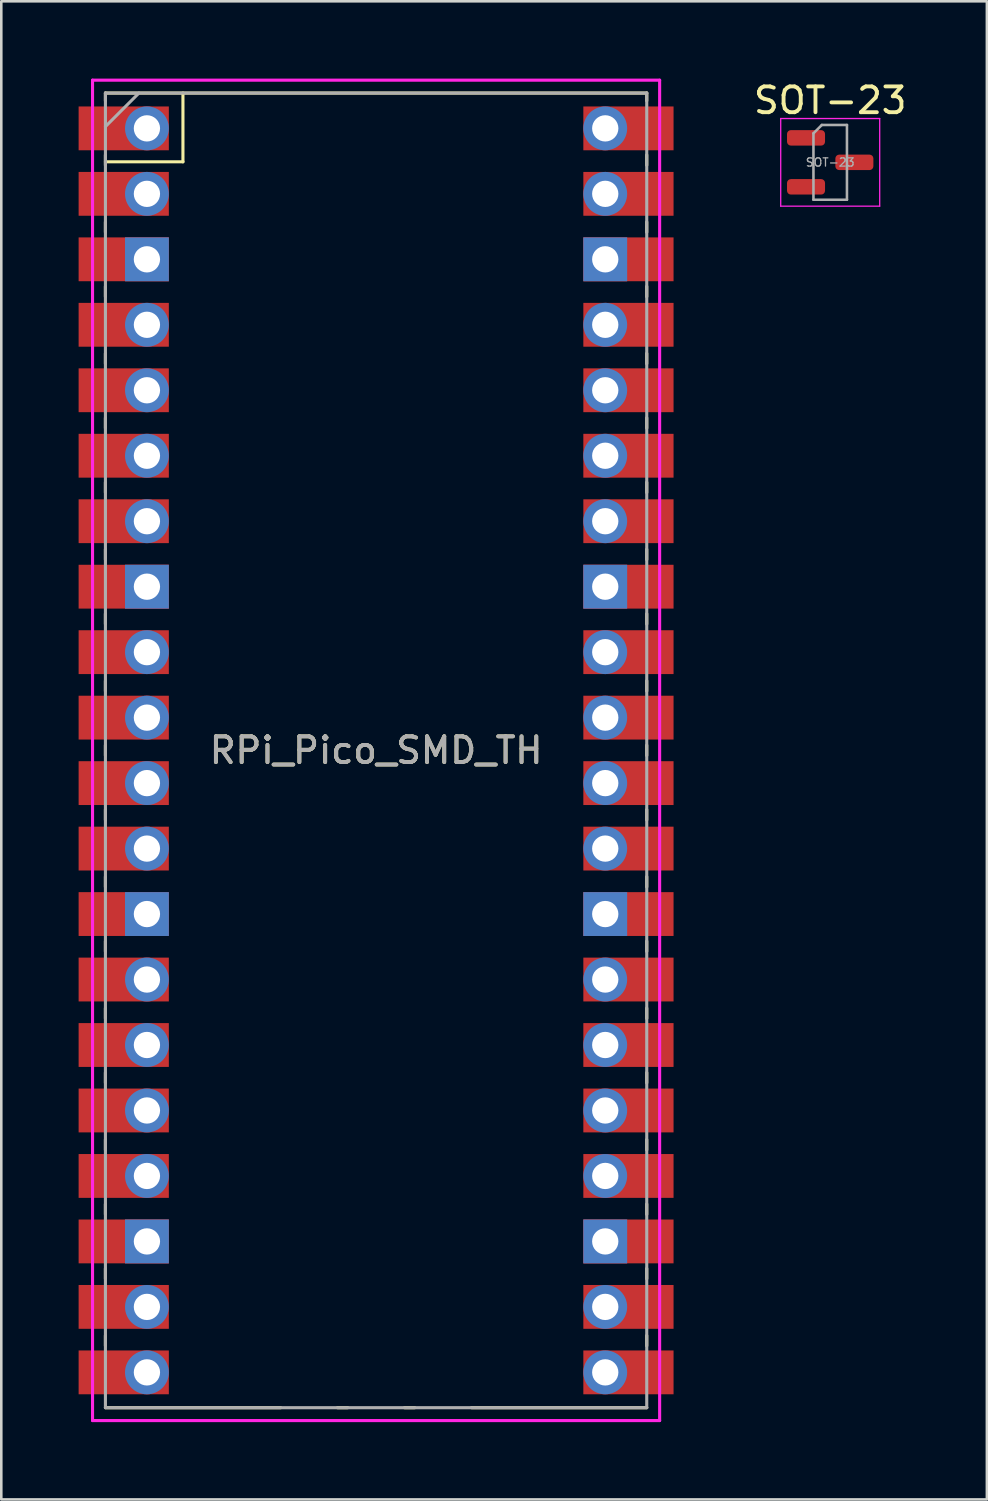
<source format=kicad_pcb>
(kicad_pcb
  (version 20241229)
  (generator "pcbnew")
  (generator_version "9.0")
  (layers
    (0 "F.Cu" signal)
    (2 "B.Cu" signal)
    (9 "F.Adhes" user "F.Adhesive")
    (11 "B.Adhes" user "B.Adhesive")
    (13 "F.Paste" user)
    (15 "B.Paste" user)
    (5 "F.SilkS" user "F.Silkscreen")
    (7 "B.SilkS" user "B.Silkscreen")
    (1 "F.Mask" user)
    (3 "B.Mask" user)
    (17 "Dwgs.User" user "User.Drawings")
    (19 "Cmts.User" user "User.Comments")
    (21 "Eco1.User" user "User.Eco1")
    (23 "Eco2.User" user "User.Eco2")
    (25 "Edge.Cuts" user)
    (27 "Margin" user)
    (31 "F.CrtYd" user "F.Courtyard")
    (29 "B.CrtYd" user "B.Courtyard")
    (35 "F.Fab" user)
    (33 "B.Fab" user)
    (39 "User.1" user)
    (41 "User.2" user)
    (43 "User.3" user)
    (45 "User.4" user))
  (footprint "SOT-23"
    (layer "F.Cu")
    (at 29.157 3.248)
    (property "Reference" "SOT-23" (at 0 -2.4 0) (layer "F.SilkS") (effects (font (size 1 1) (thickness 0.15))))
    (attr smd)
    (fp_line (start -1.92 -1.7) (end -1.92 1.7) (stroke (width 0.05) (type solid)) (layer "F.CrtYd"))
    (fp_line (start -1.92 1.7) (end 1.92 1.7) (stroke (width 0.05) (type solid)) (layer "F.CrtYd"))
    (fp_line (start 1.92 -1.7) (end -1.92 -1.7) (stroke (width 0.05) (type solid)) (layer "F.CrtYd"))
    (fp_line (start 1.92 1.7) (end 1.92 -1.7) (stroke (width 0.05) (type solid)) (layer "F.CrtYd"))
    (fp_line (start -0.65 -1.125) (end -0.325 -1.45) (stroke (width 0.1) (type solid)) (layer "F.Fab"))
    (fp_line (start -0.65 1.45) (end -0.65 -1.125) (stroke (width 0.1) (type solid)) (layer "F.Fab"))
    (fp_line (start -0.325 -1.45) (end 0.65 -1.45) (stroke (width 0.1) (type solid)) (layer "F.Fab"))
    (fp_line (start 0.65 -1.45) (end 0.65 1.45) (stroke (width 0.1) (type solid)) (layer "F.Fab"))
    (fp_line (start 0.65 1.45) (end -0.65 1.45) (stroke (width 0.1) (type solid)) (layer "F.Fab"))
    (fp_text user "${REFERENCE}" (at 0 0 0) (layer "F.Fab") (effects (font (size 0.32 0.32) (thickness 0.05))))
    (pad "1" smd roundrect (at -0.938 -0.95) (size 1.475 0.6) (layers "F.Cu" "F.Mask" "F.Paste") (roundrect_rratio 0.25))
    (pad "2" smd roundrect (at -0.938 0.95) (size 1.475 0.6) (layers "F.Cu" "F.Mask" "F.Paste") (roundrect_rratio 0.25))
    (pad "3" smd roundrect (at 0.938 0) (size 1.475 0.6) (layers "F.Cu" "F.Mask" "F.Paste") (roundrect_rratio 0.25)))
  (footprint "RPi_Pico_SMD_TH"
    (layer "F.Cu")
    (at 11.54 26.06)
    (property "Reference" "RPi_Pico_SMD_TH" (at 0 0 0) (layer "F.SilkS") (effects (font (size 1 1) (thickness 0.15))))
    (attr through_hole)
    (fp_line (start -10.5 -25.5) (end -10.5 -25.2) (stroke (width 0.12) (type solid)) (layer "F.SilkS"))
    (fp_line (start -10.5 -25.5) (end 10.5 -25.5) (stroke (width 0.12) (type solid)) (layer "F.SilkS"))
    (fp_line (start -10.5 -23.1) (end -10.5 -22.7) (stroke (width 0.12) (type solid)) (layer "F.SilkS"))
    (fp_line (start -10.5 -22.833) (end -7.493 -22.833) (stroke (width 0.12) (type solid)) (layer "F.SilkS"))
    (fp_line (start -10.5 -20.5) (end -10.5 -20.1) (stroke (width 0.12) (type solid)) (layer "F.SilkS"))
    (fp_line (start -10.5 -18) (end -10.5 -17.6) (stroke (width 0.12) (type solid)) (layer "F.SilkS"))
    (fp_line (start -10.5 -15.4) (end -10.5 -15) (stroke (width 0.12) (type solid)) (layer "F.SilkS"))
    (fp_line (start -10.5 -12.9) (end -10.5 -12.5) (stroke (width 0.12) (type solid)) (layer "F.SilkS"))
    (fp_line (start -10.5 -10.4) (end -10.5 -10) (stroke (width 0.12) (type solid)) (layer "F.SilkS"))
    (fp_line (start -10.5 -7.8) (end -10.5 -7.4) (stroke (width 0.12) (type solid)) (layer "F.SilkS"))
    (fp_line (start -10.5 -5.3) (end -10.5 -4.9) (stroke (width 0.12) (type solid)) (layer "F.SilkS"))
    (fp_line (start -10.5 -2.7) (end -10.5 -2.3) (stroke (width 0.12) (type solid)) (layer "F.SilkS"))
    (fp_line (start -10.5 -0.2) (end -10.5 0.2) (stroke (width 0.12) (type solid)) (layer "F.SilkS"))
    (fp_line (start -10.5 2.3) (end -10.5 2.7) (stroke (width 0.12) (type solid)) (layer "F.SilkS"))
    (fp_line (start -10.5 4.9) (end -10.5 5.3) (stroke (width 0.12) (type solid)) (layer "F.SilkS"))
    (fp_line (start -10.5 7.4) (end -10.5 7.8) (stroke (width 0.12) (type solid)) (layer "F.SilkS"))
    (fp_line (start -10.5 10) (end -10.5 10.4) (stroke (width 0.12) (type solid)) (layer "F.SilkS"))
    (fp_line (start -10.5 12.5) (end -10.5 12.9) (stroke (width 0.12) (type solid)) (layer "F.SilkS"))
    (fp_line (start -10.5 15.1) (end -10.5 15.5) (stroke (width 0.12) (type solid)) (layer "F.SilkS"))
    (fp_line (start -10.5 17.6) (end -10.5 18) (stroke (width 0.12) (type solid)) (layer "F.SilkS"))
    (fp_line (start -10.5 20.1) (end -10.5 20.5) (stroke (width 0.12) (type solid)) (layer "F.SilkS"))
    (fp_line (start -10.5 22.7) (end -10.5 23.1) (stroke (width 0.12) (type solid)) (layer "F.SilkS"))
    (fp_line (start -7.493 -22.833) (end -7.493 -25.5) (stroke (width 0.12) (type solid)) (layer "F.SilkS"))
    (fp_line (start -3.7 25.5) (end -10.5 25.5) (stroke (width 0.12) (type solid)) (layer "F.SilkS"))
    (fp_line (start -1.5 25.5) (end -1.1 25.5) (stroke (width 0.12) (type solid)) (layer "F.SilkS"))
    (fp_line (start 1.1 25.5) (end 1.5 25.5) (stroke (width 0.12) (type solid)) (layer "F.SilkS"))
    (fp_line (start 10.5 -25.5) (end 10.5 -25.2) (stroke (width 0.12) (type solid)) (layer "F.SilkS"))
    (fp_line (start 10.5 -23.1) (end 10.5 -22.7) (stroke (width 0.12) (type solid)) (layer "F.SilkS"))
    (fp_line (start 10.5 -20.5) (end 10.5 -20.1) (stroke (width 0.12) (type solid)) (layer "F.SilkS"))
    (fp_line (start 10.5 -18) (end 10.5 -17.6) (stroke (width 0.12) (type solid)) (layer "F.SilkS"))
    (fp_line (start 10.5 -15.4) (end 10.5 -15) (stroke (width 0.12) (type solid)) (layer "F.SilkS"))
    (fp_line (start 10.5 -12.9) (end 10.5 -12.5) (stroke (width 0.12) (type solid)) (layer "F.SilkS"))
    (fp_line (start 10.5 -10.4) (end 10.5 -10) (stroke (width 0.12) (type solid)) (layer "F.SilkS"))
    (fp_line (start 10.5 -7.8) (end 10.5 -7.4) (stroke (width 0.12) (type solid)) (layer "F.SilkS"))
    (fp_line (start 10.5 -5.3) (end 10.5 -4.9) (stroke (width 0.12) (type solid)) (layer "F.SilkS"))
    (fp_line (start 10.5 -2.7) (end 10.5 -2.3) (stroke (width 0.12) (type solid)) (layer "F.SilkS"))
    (fp_line (start 10.5 -0.2) (end 10.5 0.2) (stroke (width 0.12) (type solid)) (layer "F.SilkS"))
    (fp_line (start 10.5 2.3) (end 10.5 2.7) (stroke (width 0.12) (type solid)) (layer "F.SilkS"))
    (fp_line (start 10.5 4.9) (end 10.5 5.3) (stroke (width 0.12) (type solid)) (layer "F.SilkS"))
    (fp_line (start 10.5 7.4) (end 10.5 7.8) (stroke (width 0.12) (type solid)) (layer "F.SilkS"))
    (fp_line (start 10.5 10) (end 10.5 10.4) (stroke (width 0.12) (type solid)) (layer "F.SilkS"))
    (fp_line (start 10.5 12.5) (end 10.5 12.9) (stroke (width 0.12) (type solid)) (layer "F.SilkS"))
    (fp_line (start 10.5 15.1) (end 10.5 15.5) (stroke (width 0.12) (type solid)) (layer "F.SilkS"))
    (fp_line (start 10.5 17.6) (end 10.5 18) (stroke (width 0.12) (type solid)) (layer "F.SilkS"))
    (fp_line (start 10.5 20.1) (end 10.5 20.5) (stroke (width 0.12) (type solid)) (layer "F.SilkS"))
    (fp_line (start 10.5 22.7) (end 10.5 23.1) (stroke (width 0.12) (type solid)) (layer "F.SilkS"))
    (fp_line (start 10.5 25.5) (end 3.7 25.5) (stroke (width 0.12) (type solid)) (layer "F.SilkS"))
    (fp_line (start -11 -26) (end 11 -26) (stroke (width 0.12) (type solid)) (layer "F.CrtYd"))
    (fp_line (start -11 26) (end -11 -26) (stroke (width 0.12) (type solid)) (layer "F.CrtYd"))
    (fp_line (start 11 -26) (end 11 26) (stroke (width 0.12) (type solid)) (layer "F.CrtYd"))
    (fp_line (start 11 26) (end -11 26) (stroke (width 0.12) (type solid)) (layer "F.CrtYd"))
    (fp_line (start -10.5 -25.5) (end 10.5 -25.5) (stroke (width 0.12) (type solid)) (layer "F.Fab"))
    (fp_line (start -10.5 -24.2) (end -9.2 -25.5) (stroke (width 0.12) (type solid)) (layer "F.Fab"))
    (fp_line (start -10.5 25.5) (end -10.5 -25.5) (stroke (width 0.12) (type solid)) (layer "F.Fab"))
    (fp_line (start 10.5 -25.5) (end 10.5 25.5) (stroke (width 0.12) (type solid)) (layer "F.Fab"))
    (fp_line (start 10.5 25.5) (end -10.5 25.5) (stroke (width 0.12) (type solid)) (layer "F.Fab"))
    (fp_text user "${REFERENCE}" (at 0 0 180) (layer "F.Fab") (effects (font (size 1 1) (thickness 0.15))))
    (pad "1" thru_hole oval (at -8.89 -24.13) (size 1.7 1.7) (drill 1.02) (layers "*.Cu" "*.Mask"))
    (pad "1" smd rect (at -8.89 -24.13) (size 3.5 1.7) (drill (offset -0.9 0)) (layers "F.Cu" "F.Mask"))
    (pad "2" thru_hole oval (at -8.89 -21.59) (size 1.7 1.7) (drill 1.02) (layers "*.Cu" "*.Mask"))
    (pad "2" smd rect (at -8.89 -21.59) (size 3.5 1.7) (drill (offset -0.9 0)) (layers "F.Cu" "F.Mask"))
    (pad "3" thru_hole rect (at -8.89 -19.05) (size 1.7 1.7) (drill 1.02) (layers "*.Cu" "*.Mask"))
    (pad "3" smd rect (at -8.89 -19.05) (size 3.5 1.7) (drill (offset -0.9 0)) (layers "F.Cu" "F.Mask"))
    (pad "4" thru_hole oval (at -8.89 -16.51) (size 1.7 1.7) (drill 1.02) (layers "*.Cu" "*.Mask"))
    (pad "4" smd rect (at -8.89 -16.51) (size 3.5 1.7) (drill (offset -0.9 0)) (layers "F.Cu" "F.Mask"))
    (pad "5" thru_hole oval (at -8.89 -13.97) (size 1.7 1.7) (drill 1.02) (layers "*.Cu" "*.Mask"))
    (pad "5" smd rect (at -8.89 -13.97) (size 3.5 1.7) (drill (offset -0.9 0)) (layers "F.Cu" "F.Mask"))
    (pad "6" thru_hole oval (at -8.89 -11.43) (size 1.7 1.7) (drill 1.02) (layers "*.Cu" "*.Mask"))
    (pad "6" smd rect (at -8.89 -11.43) (size 3.5 1.7) (drill (offset -0.9 0)) (layers "F.Cu" "F.Mask"))
    (pad "7" thru_hole oval (at -8.89 -8.89) (size 1.7 1.7) (drill 1.02) (layers "*.Cu" "*.Mask"))
    (pad "7" smd rect (at -8.89 -8.89) (size 3.5 1.7) (drill (offset -0.9 0)) (layers "F.Cu" "F.Mask"))
    (pad "8" thru_hole rect (at -8.89 -6.35) (size 1.7 1.7) (drill 1.02) (layers "*.Cu" "*.Mask"))
    (pad "8" smd rect (at -8.89 -6.35) (size 3.5 1.7) (drill (offset -0.9 0)) (layers "F.Cu" "F.Mask"))
    (pad "9" thru_hole oval (at -8.89 -3.81) (size 1.7 1.7) (drill 1.02) (layers "*.Cu" "*.Mask"))
    (pad "9" smd rect (at -8.89 -3.81) (size 3.5 1.7) (drill (offset -0.9 0)) (layers "F.Cu" "F.Mask"))
    (pad "10" thru_hole oval (at -8.89 -1.27) (size 1.7 1.7) (drill 1.02) (layers "*.Cu" "*.Mask"))
    (pad "10" smd rect (at -8.89 -1.27) (size 3.5 1.7) (drill (offset -0.9 0)) (layers "F.Cu" "F.Mask"))
    (pad "11" thru_hole oval (at -8.89 1.27) (size 1.7 1.7) (drill 1.02) (layers "*.Cu" "*.Mask"))
    (pad "11" smd rect (at -8.89 1.27) (size 3.5 1.7) (drill (offset -0.9 0)) (layers "F.Cu" "F.Mask"))
    (pad "12" thru_hole oval (at -8.89 3.81) (size 1.7 1.7) (drill 1.02) (layers "*.Cu" "*.Mask"))
    (pad "12" smd rect (at -8.89 3.81) (size 3.5 1.7) (drill (offset -0.9 0)) (layers "F.Cu" "F.Mask"))
    (pad "13" thru_hole rect (at -8.89 6.35) (size 1.7 1.7) (drill 1.02) (layers "*.Cu" "*.Mask"))
    (pad "13" smd rect (at -8.89 6.35) (size 3.5 1.7) (drill (offset -0.9 0)) (layers "F.Cu" "F.Mask"))
    (pad "14" thru_hole oval (at -8.89 8.89) (size 1.7 1.7) (drill 1.02) (layers "*.Cu" "*.Mask"))
    (pad "14" smd rect (at -8.89 8.89) (size 3.5 1.7) (drill (offset -0.9 0)) (layers "F.Cu" "F.Mask"))
    (pad "15" thru_hole oval (at -8.89 11.43) (size 1.7 1.7) (drill 1.02) (layers "*.Cu" "*.Mask"))
    (pad "15" smd rect (at -8.89 11.43) (size 3.5 1.7) (drill (offset -0.9 0)) (layers "F.Cu" "F.Mask"))
    (pad "16" thru_hole oval (at -8.89 13.97) (size 1.7 1.7) (drill 1.02) (layers "*.Cu" "*.Mask"))
    (pad "16" smd rect (at -8.89 13.97) (size 3.5 1.7) (drill (offset -0.9 0)) (layers "F.Cu" "F.Mask"))
    (pad "17" thru_hole oval (at -8.89 16.51) (size 1.7 1.7) (drill 1.02) (layers "*.Cu" "*.Mask"))
    (pad "17" smd rect (at -8.89 16.51) (size 3.5 1.7) (drill (offset -0.9 0)) (layers "F.Cu" "F.Mask"))
    (pad "18" thru_hole rect (at -8.89 19.05) (size 1.7 1.7) (drill 1.02) (layers "*.Cu" "*.Mask"))
    (pad "18" smd rect (at -8.89 19.05) (size 3.5 1.7) (drill (offset -0.9 0)) (layers "F.Cu" "F.Mask"))
    (pad "19" thru_hole oval (at -8.89 21.59) (size 1.7 1.7) (drill 1.02) (layers "*.Cu" "*.Mask"))
    (pad "19" smd rect (at -8.89 21.59) (size 3.5 1.7) (drill (offset -0.9 0)) (layers "F.Cu" "F.Mask"))
    (pad "20" thru_hole oval (at -8.89 24.13) (size 1.7 1.7) (drill 1.02) (layers "*.Cu" "*.Mask"))
    (pad "20" smd rect (at -8.89 24.13) (size 3.5 1.7) (drill (offset -0.9 0)) (layers "F.Cu" "F.Mask"))
    (pad "21" thru_hole oval (at 8.89 24.13) (size 1.7 1.7) (drill 1.02) (layers "*.Cu" "*.Mask"))
    (pad "21" smd rect (at 8.89 24.13) (size 3.5 1.7) (drill (offset 0.9 0)) (layers "F.Cu" "F.Mask"))
    (pad "22" thru_hole oval (at 8.89 21.59) (size 1.7 1.7) (drill 1.02) (layers "*.Cu" "*.Mask"))
    (pad "22" smd rect (at 8.89 21.59) (size 3.5 1.7) (drill (offset 0.9 0)) (layers "F.Cu" "F.Mask"))
    (pad "23" thru_hole rect (at 8.89 19.05) (size 1.7 1.7) (drill 1.02) (layers "*.Cu" "*.Mask"))
    (pad "23" smd rect (at 8.89 19.05) (size 3.5 1.7) (drill (offset 0.9 0)) (layers "F.Cu" "F.Mask"))
    (pad "24" thru_hole oval (at 8.89 16.51) (size 1.7 1.7) (drill 1.02) (layers "*.Cu" "*.Mask"))
    (pad "24" smd rect (at 8.89 16.51) (size 3.5 1.7) (drill (offset 0.9 0)) (layers "F.Cu" "F.Mask"))
    (pad "25" thru_hole oval (at 8.89 13.97) (size 1.7 1.7) (drill 1.02) (layers "*.Cu" "*.Mask"))
    (pad "25" smd rect (at 8.89 13.97) (size 3.5 1.7) (drill (offset 0.9 0)) (layers "F.Cu" "F.Mask"))
    (pad "26" thru_hole oval (at 8.89 11.43) (size 1.7 1.7) (drill 1.02) (layers "*.Cu" "*.Mask"))
    (pad "26" smd rect (at 8.89 11.43) (size 3.5 1.7) (drill (offset 0.9 0)) (layers "F.Cu" "F.Mask"))
    (pad "27" thru_hole oval (at 8.89 8.89) (size 1.7 1.7) (drill 1.02) (layers "*.Cu" "*.Mask"))
    (pad "27" smd rect (at 8.89 8.89) (size 3.5 1.7) (drill (offset 0.9 0)) (layers "F.Cu" "F.Mask"))
    (pad "28" thru_hole rect (at 8.89 6.35) (size 1.7 1.7) (drill 1.02) (layers "*.Cu" "*.Mask"))
    (pad "28" smd rect (at 8.89 6.35) (size 3.5 1.7) (drill (offset 0.9 0)) (layers "F.Cu" "F.Mask"))
    (pad "29" thru_hole oval (at 8.89 3.81) (size 1.7 1.7) (drill 1.02) (layers "*.Cu" "*.Mask"))
    (pad "29" smd rect (at 8.89 3.81) (size 3.5 1.7) (drill (offset 0.9 0)) (layers "F.Cu" "F.Mask"))
    (pad "30" thru_hole oval (at 8.89 1.27) (size 1.7 1.7) (drill 1.02) (layers "*.Cu" "*.Mask"))
    (pad "30" smd rect (at 8.89 1.27) (size 3.5 1.7) (drill (offset 0.9 0)) (layers "F.Cu" "F.Mask"))
    (pad "31" thru_hole oval (at 8.89 -1.27) (size 1.7 1.7) (drill 1.02) (layers "*.Cu" "*.Mask"))
    (pad "31" smd rect (at 8.89 -1.27) (size 3.5 1.7) (drill (offset 0.9 0)) (layers "F.Cu" "F.Mask"))
    (pad "32" thru_hole oval (at 8.89 -3.81) (size 1.7 1.7) (drill 1.02) (layers "*.Cu" "*.Mask"))
    (pad "32" smd rect (at 8.89 -3.81) (size 3.5 1.7) (drill (offset 0.9 0)) (layers "F.Cu" "F.Mask"))
    (pad "33" thru_hole rect (at 8.89 -6.35) (size 1.7 1.7) (drill 1.02) (layers "*.Cu" "*.Mask"))
    (pad "33" smd rect (at 8.89 -6.35) (size 3.5 1.7) (drill (offset 0.9 0)) (layers "F.Cu" "F.Mask"))
    (pad "34" thru_hole oval (at 8.89 -8.89) (size 1.7 1.7) (drill 1.02) (layers "*.Cu" "*.Mask"))
    (pad "34" smd rect (at 8.89 -8.89) (size 3.5 1.7) (drill (offset 0.9 0)) (layers "F.Cu" "F.Mask"))
    (pad "35" thru_hole oval (at 8.89 -11.43) (size 1.7 1.7) (drill 1.02) (layers "*.Cu" "*.Mask"))
    (pad "35" smd rect (at 8.89 -11.43) (size 3.5 1.7) (drill (offset 0.9 0)) (layers "F.Cu" "F.Mask"))
    (pad "36" thru_hole oval (at 8.89 -13.97) (size 1.7 1.7) (drill 1.02) (layers "*.Cu" "*.Mask"))
    (pad "36" smd rect (at 8.89 -13.97) (size 3.5 1.7) (drill (offset 0.9 0)) (layers "F.Cu" "F.Mask"))
    (pad "37" thru_hole oval (at 8.89 -16.51) (size 1.7 1.7) (drill 1.02) (layers "*.Cu" "*.Mask"))
    (pad "37" smd rect (at 8.89 -16.51) (size 3.5 1.7) (drill (offset 0.9 0)) (layers "F.Cu" "F.Mask"))
    (pad "38" thru_hole rect (at 8.89 -19.05) (size 1.7 1.7) (drill 1.02) (layers "*.Cu" "*.Mask"))
    (pad "38" smd rect (at 8.89 -19.05) (size 3.5 1.7) (drill (offset 0.9 0)) (layers "F.Cu" "F.Mask"))
    (pad "39" thru_hole oval (at 8.89 -21.59) (size 1.7 1.7) (drill 1.02) (layers "*.Cu" "*.Mask"))
    (pad "39" smd rect (at 8.89 -21.59) (size 3.5 1.7) (drill (offset 0.9 0)) (layers "F.Cu" "F.Mask"))
    (pad "40" thru_hole oval (at 8.89 -24.13) (size 1.7 1.7) (drill 1.02) (layers "*.Cu" "*.Mask"))
    (pad "40" smd rect (at 8.89 -24.13) (size 3.5 1.7) (drill (offset 0.9 0)) (layers "F.Cu" "F.Mask")))
  (gr_rect
    (start -3 -3)
    (end 35.235 55.12)
    (stroke (width 0.1) (type default))
    (fill no)
    (layer "Edge.Cuts")))
</source>
